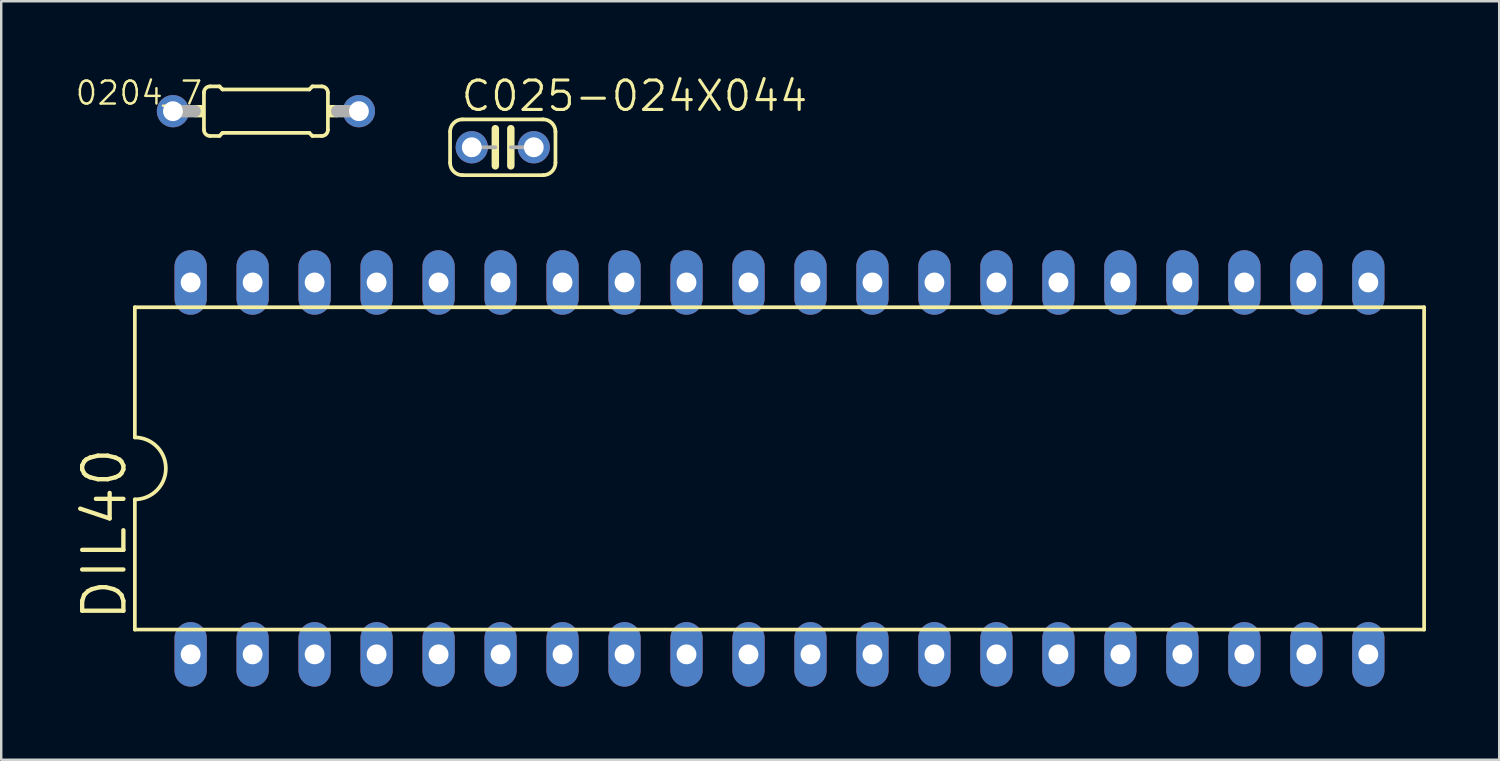
<source format=kicad_pcb>
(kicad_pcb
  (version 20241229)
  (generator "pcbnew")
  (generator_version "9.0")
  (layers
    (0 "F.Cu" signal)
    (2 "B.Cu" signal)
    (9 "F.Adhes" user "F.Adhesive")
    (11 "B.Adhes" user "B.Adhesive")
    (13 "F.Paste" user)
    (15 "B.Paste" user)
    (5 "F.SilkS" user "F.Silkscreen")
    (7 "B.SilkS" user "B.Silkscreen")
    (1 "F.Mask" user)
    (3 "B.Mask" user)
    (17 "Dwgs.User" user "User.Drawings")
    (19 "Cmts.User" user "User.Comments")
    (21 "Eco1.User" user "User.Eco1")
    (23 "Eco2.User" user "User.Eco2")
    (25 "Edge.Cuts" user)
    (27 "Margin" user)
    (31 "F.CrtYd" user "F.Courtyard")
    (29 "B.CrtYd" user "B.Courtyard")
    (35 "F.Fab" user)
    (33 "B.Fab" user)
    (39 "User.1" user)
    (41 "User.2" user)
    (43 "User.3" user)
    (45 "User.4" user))
  (footprint "DIL40"
    (layer "F.Cu")
    (at 28.892 16.145)
    (property "Reference" "DIL40" (at -26.67 6.35 90) (layer "F.SilkS") (effects (font (size 1.689 1.689) (thickness 0.178)) (justify left bottom)))
    (attr through_hole)
    (fp_line (start -26.416 -6.604) (end -26.416 -1.27) (stroke (width 0.152) (type solid)) (layer "F.SilkS"))
    (fp_line (start -26.416 -6.604) (end 26.416 -6.604) (stroke (width 0.152) (type solid)) (layer "F.SilkS"))
    (fp_line (start -26.416 1.27) (end -26.416 6.604) (stroke (width 0.152) (type solid)) (layer "F.SilkS"))
    (fp_line (start -26.416 6.604) (end 26.416 6.604) (stroke (width 0.152) (type solid)) (layer "F.SilkS"))
    (fp_line (start 26.416 6.604) (end 26.416 -6.604) (stroke (width 0.152) (type solid)) (layer "F.SilkS"))
    (fp_arc (start -26.416 -1.27) (mid -25.146 0) (end -26.416 1.27) (stroke (width 0.1524) (type solid)) (layer "F.SilkS"))
    (pad "1" thru_hole oval (at -24.13 7.62 90) (size 2.642 1.321) (drill 0.813) (layers "*.Cu" "*.Mask"))
    (pad "2" thru_hole oval (at -21.59 7.62 90) (size 2.642 1.321) (drill 0.813) (layers "*.Cu" "*.Mask"))
    (pad "3" thru_hole oval (at -19.05 7.62 90) (size 2.642 1.321) (drill 0.813) (layers "*.Cu" "*.Mask"))
    (pad "4" thru_hole oval (at -16.51 7.62 90) (size 2.642 1.321) (drill 0.813) (layers "*.Cu" "*.Mask"))
    (pad "5" thru_hole oval (at -13.97 7.62 90) (size 2.642 1.321) (drill 0.813) (layers "*.Cu" "*.Mask"))
    (pad "6" thru_hole oval (at -11.43 7.62 90) (size 2.642 1.321) (drill 0.813) (layers "*.Cu" "*.Mask"))
    (pad "7" thru_hole oval (at -8.89 7.62 90) (size 2.642 1.321) (drill 0.813) (layers "*.Cu" "*.Mask"))
    (pad "8" thru_hole oval (at -6.35 7.62 90) (size 2.642 1.321) (drill 0.813) (layers "*.Cu" "*.Mask"))
    (pad "9" thru_hole oval (at -3.81 7.62 90) (size 2.642 1.321) (drill 0.813) (layers "*.Cu" "*.Mask"))
    (pad "10" thru_hole oval (at -1.27 7.62 90) (size 2.642 1.321) (drill 0.813) (layers "*.Cu" "*.Mask"))
    (pad "11" thru_hole oval (at 1.27 7.62 90) (size 2.642 1.321) (drill 0.813) (layers "*.Cu" "*.Mask"))
    (pad "12" thru_hole oval (at 3.81 7.62 90) (size 2.642 1.321) (drill 0.813) (layers "*.Cu" "*.Mask"))
    (pad "13" thru_hole oval (at 6.35 7.62 90) (size 2.642 1.321) (drill 0.813) (layers "*.Cu" "*.Mask"))
    (pad "14" thru_hole oval (at 8.89 7.62 90) (size 2.642 1.321) (drill 0.813) (layers "*.Cu" "*.Mask"))
    (pad "15" thru_hole oval (at 11.43 7.62 90) (size 2.642 1.321) (drill 0.813) (layers "*.Cu" "*.Mask"))
    (pad "16" thru_hole oval (at 13.97 7.62 90) (size 2.642 1.321) (drill 0.813) (layers "*.Cu" "*.Mask"))
    (pad "17" thru_hole oval (at 16.51 7.62 90) (size 2.642 1.321) (drill 0.813) (layers "*.Cu" "*.Mask"))
    (pad "18" thru_hole oval (at 19.05 7.62 90) (size 2.642 1.321) (drill 0.813) (layers "*.Cu" "*.Mask"))
    (pad "19" thru_hole oval (at 21.59 7.62 90) (size 2.642 1.321) (drill 0.813) (layers "*.Cu" "*.Mask"))
    (pad "20" thru_hole oval (at 24.13 7.62 90) (size 2.642 1.321) (drill 0.813) (layers "*.Cu" "*.Mask"))
    (pad "21" thru_hole oval (at 24.13 -7.62 90) (size 2.642 1.321) (drill 0.813) (layers "*.Cu" "*.Mask"))
    (pad "22" thru_hole oval (at 21.59 -7.62 90) (size 2.642 1.321) (drill 0.813) (layers "*.Cu" "*.Mask"))
    (pad "23" thru_hole oval (at 19.05 -7.62 90) (size 2.642 1.321) (drill 0.813) (layers "*.Cu" "*.Mask"))
    (pad "24" thru_hole oval (at 16.51 -7.62 90) (size 2.642 1.321) (drill 0.813) (layers "*.Cu" "*.Mask"))
    (pad "25" thru_hole oval (at 13.97 -7.62 90) (size 2.642 1.321) (drill 0.813) (layers "*.Cu" "*.Mask"))
    (pad "26" thru_hole oval (at 11.43 -7.62 90) (size 2.642 1.321) (drill 0.813) (layers "*.Cu" "*.Mask"))
    (pad "27" thru_hole oval (at 8.89 -7.62 90) (size 2.642 1.321) (drill 0.813) (layers "*.Cu" "*.Mask"))
    (pad "28" thru_hole oval (at 6.35 -7.62 90) (size 2.642 1.321) (drill 0.813) (layers "*.Cu" "*.Mask"))
    (pad "29" thru_hole oval (at 3.81 -7.62 90) (size 2.642 1.321) (drill 0.813) (layers "*.Cu" "*.Mask"))
    (pad "30" thru_hole oval (at 1.27 -7.62 90) (size 2.642 1.321) (drill 0.813) (layers "*.Cu" "*.Mask"))
    (pad "31" thru_hole oval (at -1.27 -7.62 90) (size 2.642 1.321) (drill 0.813) (layers "*.Cu" "*.Mask"))
    (pad "32" thru_hole oval (at -3.81 -7.62 90) (size 2.642 1.321) (drill 0.813) (layers "*.Cu" "*.Mask"))
    (pad "33" thru_hole oval (at -6.35 -7.62 90) (size 2.642 1.321) (drill 0.813) (layers "*.Cu" "*.Mask"))
    (pad "34" thru_hole oval (at -8.89 -7.62 90) (size 2.642 1.321) (drill 0.813) (layers "*.Cu" "*.Mask"))
    (pad "35" thru_hole oval (at -11.43 -7.62 90) (size 2.642 1.321) (drill 0.813) (layers "*.Cu" "*.Mask"))
    (pad "36" thru_hole oval (at -13.97 -7.62 90) (size 2.642 1.321) (drill 0.813) (layers "*.Cu" "*.Mask"))
    (pad "37" thru_hole oval (at -16.51 -7.62 90) (size 2.642 1.321) (drill 0.813) (layers "*.Cu" "*.Mask"))
    (pad "38" thru_hole oval (at -19.05 -7.62 90) (size 2.642 1.321) (drill 0.813) (layers "*.Cu" "*.Mask"))
    (pad "39" thru_hole oval (at -21.59 -7.62 90) (size 2.642 1.321) (drill 0.813) (layers "*.Cu" "*.Mask"))
    (pad "40" thru_hole oval (at -24.13 -7.62 90) (size 2.642 1.321) (drill 0.813) (layers "*.Cu" "*.Mask")))
  (footprint "C025-024X044"
    (layer "F.Cu")
    (at 17.553 2.985)
    (property "Reference" "C025-024X044" (at -1.778 -1.397 0) (layer "F.SilkS") (effects (font (size 1.206 1.206) (thickness 0.127)) (justify left bottom)))
    (attr through_hole)
    (fp_line (start -2.159 0.635) (end -2.159 -0.635) (stroke (width 0.152) (type solid)) (layer "F.SilkS"))
    (fp_line (start -0.305 -0.762) (end -0.305 0.762) (stroke (width 0.305) (type solid)) (layer "F.SilkS"))
    (fp_line (start 0.33 -0.762) (end 0.33 0.762) (stroke (width 0.305) (type solid)) (layer "F.SilkS"))
    (fp_line (start 1.651 -1.143) (end -1.651 -1.143) (stroke (width 0.152) (type solid)) (layer "F.SilkS"))
    (fp_line (start 1.651 1.143) (end -1.651 1.143) (stroke (width 0.152) (type solid)) (layer "F.SilkS"))
    (fp_line (start 2.159 0.635) (end 2.159 -0.635) (stroke (width 0.152) (type solid)) (layer "F.SilkS"))
    (fp_arc (start -2.159 -0.635) (mid -2.01021 -0.99421) (end -1.651 -1.143) (stroke (width 0.1524) (type solid)) (layer "F.SilkS"))
    (fp_arc (start -1.651 1.143) (mid -2.01021 0.99421) (end -2.159 0.635) (stroke (width 0.1524) (type solid)) (layer "F.SilkS"))
    (fp_arc (start 1.651 -1.143) (mid 2.01021 -0.99421) (end 2.159 -0.635) (stroke (width 0.1524) (type solid)) (layer "F.SilkS"))
    (fp_arc (start 2.159 0.635) (mid 2.01021 0.99421) (end 1.651 1.143) (stroke (width 0.1524) (type solid)) (layer "F.SilkS"))
    (fp_line (start -1.27 0) (end -0.305 0) (stroke (width 0.152) (type solid)) (layer "F.Fab"))
    (fp_line (start 1.27 0) (end 0.33 0) (stroke (width 0.152) (type solid)) (layer "F.Fab"))
    (pad "1" thru_hole circle (at -1.27 0) (size 1.321 1.321) (drill 0.813) (layers "*.Cu" "*.Mask"))
    (pad "2" thru_hole circle (at 1.27 0) (size 1.321 1.321) (drill 0.813) (layers "*.Cu" "*.Mask")))
  (footprint "0204_7"
    (layer "F.Cu")
    (at 7.847 1.506)
    (property "Reference" "0204_7" (at -2.54 -1.295 0) (layer "F.SilkS") (effects (font (size 0.941 0.941) (thickness 0.099)) (justify right top)))
    (attr through_hole)
    (fp_line (start -2.54 0.762) (end -2.54 -0.762) (stroke (width 0.152) (type solid)) (layer "F.SilkS"))
    (fp_line (start -2.286 -1.016) (end -1.905 -1.016) (stroke (width 0.152) (type solid)) (layer "F.SilkS"))
    (fp_line (start -2.286 1.016) (end -1.905 1.016) (stroke (width 0.152) (type solid)) (layer "F.SilkS"))
    (fp_line (start -1.778 -0.889) (end -1.905 -1.016) (stroke (width 0.152) (type solid)) (layer "F.SilkS"))
    (fp_line (start -1.778 0.889) (end -1.905 1.016) (stroke (width 0.152) (type solid)) (layer "F.SilkS"))
    (fp_line (start 1.778 -0.889) (end -1.778 -0.889) (stroke (width 0.152) (type solid)) (layer "F.SilkS"))
    (fp_line (start 1.778 -0.889) (end 1.905 -1.016) (stroke (width 0.152) (type solid)) (layer "F.SilkS"))
    (fp_line (start 1.778 0.889) (end -1.778 0.889) (stroke (width 0.152) (type solid)) (layer "F.SilkS"))
    (fp_line (start 1.778 0.889) (end 1.905 1.016) (stroke (width 0.152) (type solid)) (layer "F.SilkS"))
    (fp_line (start 2.286 -1.016) (end 1.905 -1.016) (stroke (width 0.152) (type solid)) (layer "F.SilkS"))
    (fp_line (start 2.286 1.016) (end 1.905 1.016) (stroke (width 0.152) (type solid)) (layer "F.SilkS"))
    (fp_line (start 2.54 0.762) (end 2.54 -0.762) (stroke (width 0.152) (type solid)) (layer "F.SilkS"))
    (fp_arc (start -2.54 -0.762) (mid -2.465605 -0.941605) (end -2.286 -1.016) (stroke (width 0.1524) (type solid)) (layer "F.SilkS"))
    (fp_arc (start -2.286 1.016) (mid -2.465605 0.941605) (end -2.54 0.762) (stroke (width 0.1524) (type solid)) (layer "F.SilkS"))
    (fp_arc (start 2.286 -1.016) (mid 2.465605 -0.941605) (end 2.54 -0.762) (stroke (width 0.1524) (type solid)) (layer "F.SilkS"))
    (fp_arc (start 2.54 0.762) (mid 2.465605 0.941605) (end 2.286 1.016) (stroke (width 0.1524) (type solid)) (layer "F.SilkS"))
    (fp_poly (pts (xy -2.921 0.254) (xy -2.54 0.254) (xy -2.54 -0.254) (xy -2.921 -0.254)) (stroke (width 0) (type solid)) (fill yes) (layer "F.SilkS"))
    (fp_poly (pts (xy 2.54 0.254) (xy 2.921 0.254) (xy 2.921 -0.254) (xy 2.54 -0.254)) (stroke (width 0) (type solid)) (fill yes) (layer "F.SilkS"))
    (fp_line (start -3.81 0) (end -2.921 0) (stroke (width 0.508) (type solid)) (layer "F.Fab"))
    (fp_line (start 3.81 0) (end 2.921 0) (stroke (width 0.508) (type solid)) (layer "F.Fab"))
    (pad "1" thru_hole circle (at -3.81 0) (size 1.321 1.321) (drill 0.813) (layers "*.Cu" "*.Mask"))
    (pad "2" thru_hole circle (at 3.81 0) (size 1.321 1.321) (drill 0.813) (layers "*.Cu" "*.Mask")))
  (gr_rect
    (start -3 -3)
    (end 58.385 28.085)
    (stroke (width 0.1) (type default))
    (fill no)
    (layer "Edge.Cuts")))
</source>
